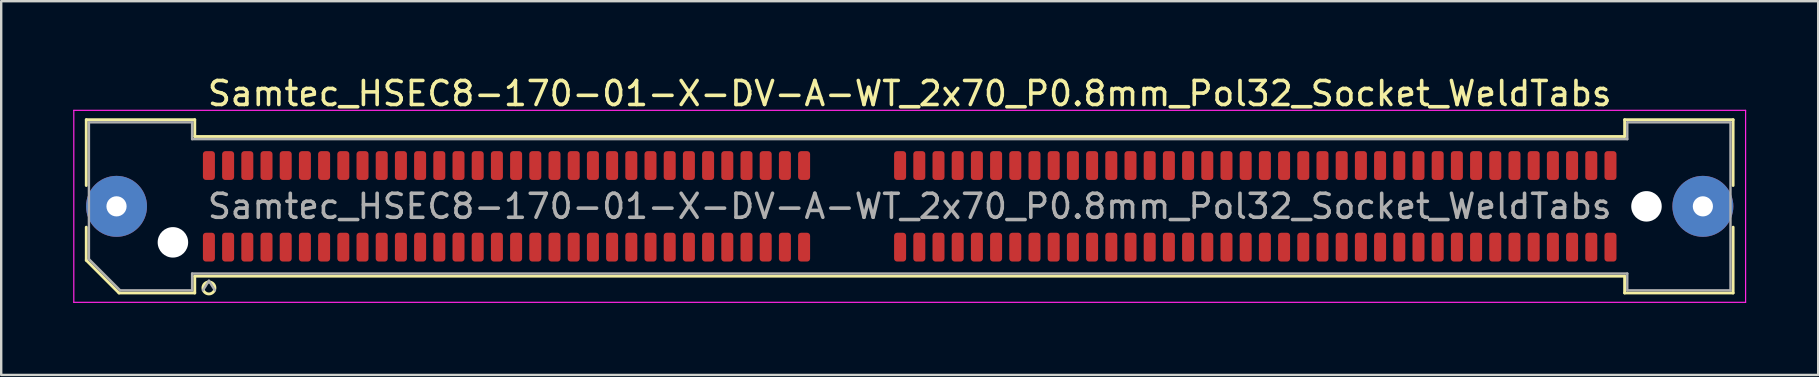
<source format=kicad_pcb>
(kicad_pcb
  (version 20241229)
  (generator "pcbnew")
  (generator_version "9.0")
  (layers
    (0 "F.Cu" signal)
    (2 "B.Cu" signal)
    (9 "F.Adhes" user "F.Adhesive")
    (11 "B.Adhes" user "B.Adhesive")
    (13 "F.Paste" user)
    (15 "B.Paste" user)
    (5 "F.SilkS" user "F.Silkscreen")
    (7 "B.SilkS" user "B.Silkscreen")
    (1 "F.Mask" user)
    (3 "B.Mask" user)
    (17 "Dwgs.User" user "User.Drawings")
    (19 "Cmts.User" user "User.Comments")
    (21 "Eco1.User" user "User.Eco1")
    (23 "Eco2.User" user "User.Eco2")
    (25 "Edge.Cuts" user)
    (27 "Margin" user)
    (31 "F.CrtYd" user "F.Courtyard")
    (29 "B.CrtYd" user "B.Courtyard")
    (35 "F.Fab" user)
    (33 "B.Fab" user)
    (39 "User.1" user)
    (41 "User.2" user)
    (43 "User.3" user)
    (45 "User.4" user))
  (footprint "Samtec_HSEC8-170-01-X-DV-A-WT_2x70_P0.8mm_Pol32_Socket_WeldTabs"
    (layer "F.Cu")
    (at 34.855 5.548)
    (property "Reference" "Samtec_HSEC8-170-01-X-DV-A-WT_2x70_P0.8mm_Pol32_Socket_WeldTabs" (at 0 -4.7 0) (layer "F.SilkS") (effects (font (size 1 1) (thickness 0.15))))
    (attr smd)
    (fp_line (start -34.31 -3.61) (end -29.79 -3.61) (stroke (width 0.12) (type solid)) (layer "F.SilkS"))
    (fp_line (start -34.31 -0.868) (end -34.31 -3.61) (stroke (width 0.12) (type solid)) (layer "F.SilkS"))
    (fp_line (start -34.31 2.246) (end -34.31 0.868) (stroke (width 0.12) (type solid)) (layer "F.SilkS"))
    (fp_line (start -32.946 3.61) (end -34.31 2.246) (stroke (width 0.12) (type solid)) (layer "F.SilkS"))
    (fp_line (start -29.79 -3.61) (end -29.79 -2.91) (stroke (width 0.12) (type solid)) (layer "F.SilkS"))
    (fp_line (start -29.79 -2.91) (end 29.79 -2.91) (stroke (width 0.12) (type solid)) (layer "F.SilkS"))
    (fp_line (start -29.79 2.91) (end -29.79 3.61) (stroke (width 0.12) (type solid)) (layer "F.SilkS"))
    (fp_line (start -29.79 3.61) (end -32.946 3.61) (stroke (width 0.12) (type solid)) (layer "F.SilkS"))
    (fp_line (start 29.79 -3.61) (end 34.31 -3.61) (stroke (width 0.12) (type solid)) (layer "F.SilkS"))
    (fp_line (start 29.79 -2.91) (end 29.79 -3.61) (stroke (width 0.12) (type solid)) (layer "F.SilkS"))
    (fp_line (start 29.79 2.91) (end -29.79 2.91) (stroke (width 0.12) (type solid)) (layer "F.SilkS"))
    (fp_line (start 29.79 3.61) (end 29.79 2.91) (stroke (width 0.12) (type solid)) (layer "F.SilkS"))
    (fp_line (start 34.31 -3.61) (end 34.31 -0.868) (stroke (width 0.12) (type solid)) (layer "F.SilkS"))
    (fp_line (start 34.31 0.868) (end 34.31 3.61) (stroke (width 0.12) (type solid)) (layer "F.SilkS"))
    (fp_line (start 34.31 3.61) (end 29.79 3.61) (stroke (width 0.12) (type solid)) (layer "F.SilkS"))
    (fp_arc (start -28.95 3.4) (mid -29.45 3.4) (end -28.95 3.4) (stroke (width 0.12) (type solid)) (layer "F.SilkS"))
    (fp_line (start -34.83 -4) (end -34.83 4) (stroke (width 0.05) (type solid)) (layer "F.CrtYd"))
    (fp_line (start -34.83 4) (end 34.83 4) (stroke (width 0.05) (type solid)) (layer "F.CrtYd"))
    (fp_line (start 34.83 -4) (end -34.83 -4) (stroke (width 0.05) (type solid)) (layer "F.CrtYd"))
    (fp_line (start 34.83 4) (end 34.83 -4) (stroke (width 0.05) (type solid)) (layer "F.CrtYd"))
    (fp_line (start -34.2 -3.5) (end -29.9 -3.5) (stroke (width 0.1) (type solid)) (layer "F.Fab"))
    (fp_line (start -34.2 2.2) (end -34.2 -3.5) (stroke (width 0.1) (type solid)) (layer "F.Fab"))
    (fp_line (start -32.9 3.5) (end -34.2 2.2) (stroke (width 0.1) (type solid)) (layer "F.Fab"))
    (fp_line (start -29.9 -3.5) (end -29.9 -2.8) (stroke (width 0.1) (type solid)) (layer "F.Fab"))
    (fp_line (start -29.9 -2.8) (end 29.9 -2.8) (stroke (width 0.1) (type solid)) (layer "F.Fab"))
    (fp_line (start -29.9 2.8) (end -29.9 3.5) (stroke (width 0.1) (type solid)) (layer "F.Fab"))
    (fp_line (start -29.9 3.5) (end -32.9 3.5) (stroke (width 0.1) (type solid)) (layer "F.Fab"))
    (fp_line (start -29.2 3.1) (end -29.45 3.5) (stroke (width 0.1) (type solid)) (layer "F.Fab"))
    (fp_line (start -29.2 3.1) (end -28.95 3.5) (stroke (width 0.1) (type solid)) (layer "F.Fab"))
    (fp_line (start 29.9 -3.5) (end 34.2 -3.5) (stroke (width 0.1) (type solid)) (layer "F.Fab"))
    (fp_line (start 29.9 -2.8) (end 29.9 -3.5) (stroke (width 0.1) (type solid)) (layer "F.Fab"))
    (fp_line (start 29.9 2.8) (end -29.9 2.8) (stroke (width 0.1) (type solid)) (layer "F.Fab"))
    (fp_line (start 29.9 3.5) (end 29.9 2.8) (stroke (width 0.1) (type solid)) (layer "F.Fab"))
    (fp_line (start 34.2 -3.5) (end 34.2 3.5) (stroke (width 0.1) (type solid)) (layer "F.Fab"))
    (fp_line (start 34.2 3.5) (end 29.9 3.5) (stroke (width 0.1) (type solid)) (layer "F.Fab"))
    (fp_text user "${REFERENCE}" (at 0 0 0) (layer "F.Fab") (effects (font (size 1 1) (thickness 0.15))))
    (pad "" thru_hole circle (at -33.05 0) (size 2.54 2.54) (drill 0.84) (layers "*.Cu" "*.Mask" "F.Paste"))
    (pad "" np_thru_hole circle (at -30.7 1.5) (size 1.27 1.27) (drill 1.27) (layers "*.Cu" "*.Mask"))
    (pad "" np_thru_hole circle (at 30.7 0) (size 1.27 1.27) (drill 1.27) (layers "*.Cu" "*.Mask"))
    (pad "" thru_hole circle (at 33.05 0) (size 2.54 2.54) (drill 0.84) (layers "*.Cu" "*.Mask" "F.Paste"))
    (pad "1" smd roundrect (at -29.2 1.7) (size 0.5 1.2) (layers "F.Cu" "F.Mask" "F.Paste") (roundrect_rratio 0.25))
    (pad "2" smd roundrect (at -29.2 -1.7) (size 0.5 1.2) (layers "F.Cu" "F.Mask" "F.Paste") (roundrect_rratio 0.25))
    (pad "3" smd roundrect (at -28.4 1.7) (size 0.5 1.2) (layers "F.Cu" "F.Mask" "F.Paste") (roundrect_rratio 0.25))
    (pad "4" smd roundrect (at -28.4 -1.7) (size 0.5 1.2) (layers "F.Cu" "F.Mask" "F.Paste") (roundrect_rratio 0.25))
    (pad "5" smd roundrect (at -27.6 1.7) (size 0.5 1.2) (layers "F.Cu" "F.Mask" "F.Paste") (roundrect_rratio 0.25))
    (pad "6" smd roundrect (at -27.6 -1.7) (size 0.5 1.2) (layers "F.Cu" "F.Mask" "F.Paste") (roundrect_rratio 0.25))
    (pad "7" smd roundrect (at -26.8 1.7) (size 0.5 1.2) (layers "F.Cu" "F.Mask" "F.Paste") (roundrect_rratio 0.25))
    (pad "8" smd roundrect (at -26.8 -1.7) (size 0.5 1.2) (layers "F.Cu" "F.Mask" "F.Paste") (roundrect_rratio 0.25))
    (pad "9" smd roundrect (at -26 1.7) (size 0.5 1.2) (layers "F.Cu" "F.Mask" "F.Paste") (roundrect_rratio 0.25))
    (pad "10" smd roundrect (at -26 -1.7) (size 0.5 1.2) (layers "F.Cu" "F.Mask" "F.Paste") (roundrect_rratio 0.25))
    (pad "11" smd roundrect (at -25.2 1.7) (size 0.5 1.2) (layers "F.Cu" "F.Mask" "F.Paste") (roundrect_rratio 0.25))
    (pad "12" smd roundrect (at -25.2 -1.7) (size 0.5 1.2) (layers "F.Cu" "F.Mask" "F.Paste") (roundrect_rratio 0.25))
    (pad "13" smd roundrect (at -24.4 1.7) (size 0.5 1.2) (layers "F.Cu" "F.Mask" "F.Paste") (roundrect_rratio 0.25))
    (pad "14" smd roundrect (at -24.4 -1.7) (size 0.5 1.2) (layers "F.Cu" "F.Mask" "F.Paste") (roundrect_rratio 0.25))
    (pad "15" smd roundrect (at -23.6 1.7) (size 0.5 1.2) (layers "F.Cu" "F.Mask" "F.Paste") (roundrect_rratio 0.25))
    (pad "16" smd roundrect (at -23.6 -1.7) (size 0.5 1.2) (layers "F.Cu" "F.Mask" "F.Paste") (roundrect_rratio 0.25))
    (pad "17" smd roundrect (at -22.8 1.7) (size 0.5 1.2) (layers "F.Cu" "F.Mask" "F.Paste") (roundrect_rratio 0.25))
    (pad "18" smd roundrect (at -22.8 -1.7) (size 0.5 1.2) (layers "F.Cu" "F.Mask" "F.Paste") (roundrect_rratio 0.25))
    (pad "19" smd roundrect (at -22 1.7) (size 0.5 1.2) (layers "F.Cu" "F.Mask" "F.Paste") (roundrect_rratio 0.25))
    (pad "20" smd roundrect (at -22 -1.7) (size 0.5 1.2) (layers "F.Cu" "F.Mask" "F.Paste") (roundrect_rratio 0.25))
    (pad "21" smd roundrect (at -21.2 1.7) (size 0.5 1.2) (layers "F.Cu" "F.Mask" "F.Paste") (roundrect_rratio 0.25))
    (pad "22" smd roundrect (at -21.2 -1.7) (size 0.5 1.2) (layers "F.Cu" "F.Mask" "F.Paste") (roundrect_rratio 0.25))
    (pad "23" smd roundrect (at -20.4 1.7) (size 0.5 1.2) (layers "F.Cu" "F.Mask" "F.Paste") (roundrect_rratio 0.25))
    (pad "24" smd roundrect (at -20.4 -1.7) (size 0.5 1.2) (layers "F.Cu" "F.Mask" "F.Paste") (roundrect_rratio 0.25))
    (pad "25" smd roundrect (at -19.6 1.7) (size 0.5 1.2) (layers "F.Cu" "F.Mask" "F.Paste") (roundrect_rratio 0.25))
    (pad "26" smd roundrect (at -19.6 -1.7) (size 0.5 1.2) (layers "F.Cu" "F.Mask" "F.Paste") (roundrect_rratio 0.25))
    (pad "27" smd roundrect (at -18.8 1.7) (size 0.5 1.2) (layers "F.Cu" "F.Mask" "F.Paste") (roundrect_rratio 0.25))
    (pad "28" smd roundrect (at -18.8 -1.7) (size 0.5 1.2) (layers "F.Cu" "F.Mask" "F.Paste") (roundrect_rratio 0.25))
    (pad "29" smd roundrect (at -18 1.7) (size 0.5 1.2) (layers "F.Cu" "F.Mask" "F.Paste") (roundrect_rratio 0.25))
    (pad "30" smd roundrect (at -18 -1.7) (size 0.5 1.2) (layers "F.Cu" "F.Mask" "F.Paste") (roundrect_rratio 0.25))
    (pad "31" smd roundrect (at -17.2 1.7) (size 0.5 1.2) (layers "F.Cu" "F.Mask" "F.Paste") (roundrect_rratio 0.25))
    (pad "32" smd roundrect (at -17.2 -1.7) (size 0.5 1.2) (layers "F.Cu" "F.Mask" "F.Paste") (roundrect_rratio 0.25))
    (pad "33" smd roundrect (at -16.4 1.7) (size 0.5 1.2) (layers "F.Cu" "F.Mask" "F.Paste") (roundrect_rratio 0.25))
    (pad "34" smd roundrect (at -16.4 -1.7) (size 0.5 1.2) (layers "F.Cu" "F.Mask" "F.Paste") (roundrect_rratio 0.25))
    (pad "35" smd roundrect (at -15.6 1.7) (size 0.5 1.2) (layers "F.Cu" "F.Mask" "F.Paste") (roundrect_rratio 0.25))
    (pad "36" smd roundrect (at -15.6 -1.7) (size 0.5 1.2) (layers "F.Cu" "F.Mask" "F.Paste") (roundrect_rratio 0.25))
    (pad "37" smd roundrect (at -14.8 1.7) (size 0.5 1.2) (layers "F.Cu" "F.Mask" "F.Paste") (roundrect_rratio 0.25))
    (pad "38" smd roundrect (at -14.8 -1.7) (size 0.5 1.2) (layers "F.Cu" "F.Mask" "F.Paste") (roundrect_rratio 0.25))
    (pad "39" smd roundrect (at -14 1.7) (size 0.5 1.2) (layers "F.Cu" "F.Mask" "F.Paste") (roundrect_rratio 0.25))
    (pad "40" smd roundrect (at -14 -1.7) (size 0.5 1.2) (layers "F.Cu" "F.Mask" "F.Paste") (roundrect_rratio 0.25))
    (pad "41" smd roundrect (at -13.2 1.7) (size 0.5 1.2) (layers "F.Cu" "F.Mask" "F.Paste") (roundrect_rratio 0.25))
    (pad "42" smd roundrect (at -13.2 -1.7) (size 0.5 1.2) (layers "F.Cu" "F.Mask" "F.Paste") (roundrect_rratio 0.25))
    (pad "43" smd roundrect (at -12.4 1.7) (size 0.5 1.2) (layers "F.Cu" "F.Mask" "F.Paste") (roundrect_rratio 0.25))
    (pad "44" smd roundrect (at -12.4 -1.7) (size 0.5 1.2) (layers "F.Cu" "F.Mask" "F.Paste") (roundrect_rratio 0.25))
    (pad "45" smd roundrect (at -11.6 1.7) (size 0.5 1.2) (layers "F.Cu" "F.Mask" "F.Paste") (roundrect_rratio 0.25))
    (pad "46" smd roundrect (at -11.6 -1.7) (size 0.5 1.2) (layers "F.Cu" "F.Mask" "F.Paste") (roundrect_rratio 0.25))
    (pad "47" smd roundrect (at -10.8 1.7) (size 0.5 1.2) (layers "F.Cu" "F.Mask" "F.Paste") (roundrect_rratio 0.25))
    (pad "48" smd roundrect (at -10.8 -1.7) (size 0.5 1.2) (layers "F.Cu" "F.Mask" "F.Paste") (roundrect_rratio 0.25))
    (pad "49" smd roundrect (at -10 1.7) (size 0.5 1.2) (layers "F.Cu" "F.Mask" "F.Paste") (roundrect_rratio 0.25))
    (pad "50" smd roundrect (at -10 -1.7) (size 0.5 1.2) (layers "F.Cu" "F.Mask" "F.Paste") (roundrect_rratio 0.25))
    (pad "51" smd roundrect (at -9.2 1.7) (size 0.5 1.2) (layers "F.Cu" "F.Mask" "F.Paste") (roundrect_rratio 0.25))
    (pad "52" smd roundrect (at -9.2 -1.7) (size 0.5 1.2) (layers "F.Cu" "F.Mask" "F.Paste") (roundrect_rratio 0.25))
    (pad "53" smd roundrect (at -8.4 1.7) (size 0.5 1.2) (layers "F.Cu" "F.Mask" "F.Paste") (roundrect_rratio 0.25))
    (pad "54" smd roundrect (at -8.4 -1.7) (size 0.5 1.2) (layers "F.Cu" "F.Mask" "F.Paste") (roundrect_rratio 0.25))
    (pad "55" smd roundrect (at -7.6 1.7) (size 0.5 1.2) (layers "F.Cu" "F.Mask" "F.Paste") (roundrect_rratio 0.25))
    (pad "56" smd roundrect (at -7.6 -1.7) (size 0.5 1.2) (layers "F.Cu" "F.Mask" "F.Paste") (roundrect_rratio 0.25))
    (pad "57" smd roundrect (at -6.8 1.7) (size 0.5 1.2) (layers "F.Cu" "F.Mask" "F.Paste") (roundrect_rratio 0.25))
    (pad "58" smd roundrect (at -6.8 -1.7) (size 0.5 1.2) (layers "F.Cu" "F.Mask" "F.Paste") (roundrect_rratio 0.25))
    (pad "59" smd roundrect (at -6 1.7) (size 0.5 1.2) (layers "F.Cu" "F.Mask" "F.Paste") (roundrect_rratio 0.25))
    (pad "60" smd roundrect (at -6 -1.7) (size 0.5 1.2) (layers "F.Cu" "F.Mask" "F.Paste") (roundrect_rratio 0.25))
    (pad "61" smd roundrect (at -5.2 1.7) (size 0.5 1.2) (layers "F.Cu" "F.Mask" "F.Paste") (roundrect_rratio 0.25))
    (pad "62" smd roundrect (at -5.2 -1.7) (size 0.5 1.2) (layers "F.Cu" "F.Mask" "F.Paste") (roundrect_rratio 0.25))
    (pad "63" smd roundrect (at -4.4 1.7) (size 0.5 1.2) (layers "F.Cu" "F.Mask" "F.Paste") (roundrect_rratio 0.25))
    (pad "64" smd roundrect (at -4.4 -1.7) (size 0.5 1.2) (layers "F.Cu" "F.Mask" "F.Paste") (roundrect_rratio 0.25))
    (pad "65" smd roundrect (at -0.4 1.7) (size 0.5 1.2) (layers "F.Cu" "F.Mask" "F.Paste") (roundrect_rratio 0.25))
    (pad "66" smd roundrect (at -0.4 -1.7) (size 0.5 1.2) (layers "F.Cu" "F.Mask" "F.Paste") (roundrect_rratio 0.25))
    (pad "67" smd roundrect (at 0.4 1.7) (size 0.5 1.2) (layers "F.Cu" "F.Mask" "F.Paste") (roundrect_rratio 0.25))
    (pad "68" smd roundrect (at 0.4 -1.7) (size 0.5 1.2) (layers "F.Cu" "F.Mask" "F.Paste") (roundrect_rratio 0.25))
    (pad "69" smd roundrect (at 1.2 1.7) (size 0.5 1.2) (layers "F.Cu" "F.Mask" "F.Paste") (roundrect_rratio 0.25))
    (pad "70" smd roundrect (at 1.2 -1.7) (size 0.5 1.2) (layers "F.Cu" "F.Mask" "F.Paste") (roundrect_rratio 0.25))
    (pad "71" smd roundrect (at 2 1.7) (size 0.5 1.2) (layers "F.Cu" "F.Mask" "F.Paste") (roundrect_rratio 0.25))
    (pad "72" smd roundrect (at 2 -1.7) (size 0.5 1.2) (layers "F.Cu" "F.Mask" "F.Paste") (roundrect_rratio 0.25))
    (pad "73" smd roundrect (at 2.8 1.7) (size 0.5 1.2) (layers "F.Cu" "F.Mask" "F.Paste") (roundrect_rratio 0.25))
    (pad "74" smd roundrect (at 2.8 -1.7) (size 0.5 1.2) (layers "F.Cu" "F.Mask" "F.Paste") (roundrect_rratio 0.25))
    (pad "75" smd roundrect (at 3.6 1.7) (size 0.5 1.2) (layers "F.Cu" "F.Mask" "F.Paste") (roundrect_rratio 0.25))
    (pad "76" smd roundrect (at 3.6 -1.7) (size 0.5 1.2) (layers "F.Cu" "F.Mask" "F.Paste") (roundrect_rratio 0.25))
    (pad "77" smd roundrect (at 4.4 1.7) (size 0.5 1.2) (layers "F.Cu" "F.Mask" "F.Paste") (roundrect_rratio 0.25))
    (pad "78" smd roundrect (at 4.4 -1.7) (size 0.5 1.2) (layers "F.Cu" "F.Mask" "F.Paste") (roundrect_rratio 0.25))
    (pad "79" smd roundrect (at 5.2 1.7) (size 0.5 1.2) (layers "F.Cu" "F.Mask" "F.Paste") (roundrect_rratio 0.25))
    (pad "80" smd roundrect (at 5.2 -1.7) (size 0.5 1.2) (layers "F.Cu" "F.Mask" "F.Paste") (roundrect_rratio 0.25))
    (pad "81" smd roundrect (at 6 1.7) (size 0.5 1.2) (layers "F.Cu" "F.Mask" "F.Paste") (roundrect_rratio 0.25))
    (pad "82" smd roundrect (at 6 -1.7) (size 0.5 1.2) (layers "F.Cu" "F.Mask" "F.Paste") (roundrect_rratio 0.25))
    (pad "83" smd roundrect (at 6.8 1.7) (size 0.5 1.2) (layers "F.Cu" "F.Mask" "F.Paste") (roundrect_rratio 0.25))
    (pad "84" smd roundrect (at 6.8 -1.7) (size 0.5 1.2) (layers "F.Cu" "F.Mask" "F.Paste") (roundrect_rratio 0.25))
    (pad "85" smd roundrect (at 7.6 1.7) (size 0.5 1.2) (layers "F.Cu" "F.Mask" "F.Paste") (roundrect_rratio 0.25))
    (pad "86" smd roundrect (at 7.6 -1.7) (size 0.5 1.2) (layers "F.Cu" "F.Mask" "F.Paste") (roundrect_rratio 0.25))
    (pad "87" smd roundrect (at 8.4 1.7) (size 0.5 1.2) (layers "F.Cu" "F.Mask" "F.Paste") (roundrect_rratio 0.25))
    (pad "88" smd roundrect (at 8.4 -1.7) (size 0.5 1.2) (layers "F.Cu" "F.Mask" "F.Paste") (roundrect_rratio 0.25))
    (pad "89" smd roundrect (at 9.2 1.7) (size 0.5 1.2) (layers "F.Cu" "F.Mask" "F.Paste") (roundrect_rratio 0.25))
    (pad "90" smd roundrect (at 9.2 -1.7) (size 0.5 1.2) (layers "F.Cu" "F.Mask" "F.Paste") (roundrect_rratio 0.25))
    (pad "91" smd roundrect (at 10 1.7) (size 0.5 1.2) (layers "F.Cu" "F.Mask" "F.Paste") (roundrect_rratio 0.25))
    (pad "92" smd roundrect (at 10 -1.7) (size 0.5 1.2) (layers "F.Cu" "F.Mask" "F.Paste") (roundrect_rratio 0.25))
    (pad "93" smd roundrect (at 10.8 1.7) (size 0.5 1.2) (layers "F.Cu" "F.Mask" "F.Paste") (roundrect_rratio 0.25))
    (pad "94" smd roundrect (at 10.8 -1.7) (size 0.5 1.2) (layers "F.Cu" "F.Mask" "F.Paste") (roundrect_rratio 0.25))
    (pad "95" smd roundrect (at 11.6 1.7) (size 0.5 1.2) (layers "F.Cu" "F.Mask" "F.Paste") (roundrect_rratio 0.25))
    (pad "96" smd roundrect (at 11.6 -1.7) (size 0.5 1.2) (layers "F.Cu" "F.Mask" "F.Paste") (roundrect_rratio 0.25))
    (pad "97" smd roundrect (at 12.4 1.7) (size 0.5 1.2) (layers "F.Cu" "F.Mask" "F.Paste") (roundrect_rratio 0.25))
    (pad "98" smd roundrect (at 12.4 -1.7) (size 0.5 1.2) (layers "F.Cu" "F.Mask" "F.Paste") (roundrect_rratio 0.25))
    (pad "99" smd roundrect (at 13.2 1.7) (size 0.5 1.2) (layers "F.Cu" "F.Mask" "F.Paste") (roundrect_rratio 0.25))
    (pad "100" smd roundrect (at 13.2 -1.7) (size 0.5 1.2) (layers "F.Cu" "F.Mask" "F.Paste") (roundrect_rratio 0.25))
    (pad "101" smd roundrect (at 14 1.7) (size 0.5 1.2) (layers "F.Cu" "F.Mask" "F.Paste") (roundrect_rratio 0.25))
    (pad "102" smd roundrect (at 14 -1.7) (size 0.5 1.2) (layers "F.Cu" "F.Mask" "F.Paste") (roundrect_rratio 0.25))
    (pad "103" smd roundrect (at 14.8 1.7) (size 0.5 1.2) (layers "F.Cu" "F.Mask" "F.Paste") (roundrect_rratio 0.25))
    (pad "104" smd roundrect (at 14.8 -1.7) (size 0.5 1.2) (layers "F.Cu" "F.Mask" "F.Paste") (roundrect_rratio 0.25))
    (pad "105" smd roundrect (at 15.6 1.7) (size 0.5 1.2) (layers "F.Cu" "F.Mask" "F.Paste") (roundrect_rratio 0.25))
    (pad "106" smd roundrect (at 15.6 -1.7) (size 0.5 1.2) (layers "F.Cu" "F.Mask" "F.Paste") (roundrect_rratio 0.25))
    (pad "107" smd roundrect (at 16.4 1.7) (size 0.5 1.2) (layers "F.Cu" "F.Mask" "F.Paste") (roundrect_rratio 0.25))
    (pad "108" smd roundrect (at 16.4 -1.7) (size 0.5 1.2) (layers "F.Cu" "F.Mask" "F.Paste") (roundrect_rratio 0.25))
    (pad "109" smd roundrect (at 17.2 1.7) (size 0.5 1.2) (layers "F.Cu" "F.Mask" "F.Paste") (roundrect_rratio 0.25))
    (pad "110" smd roundrect (at 17.2 -1.7) (size 0.5 1.2) (layers "F.Cu" "F.Mask" "F.Paste") (roundrect_rratio 0.25))
    (pad "111" smd roundrect (at 18 1.7) (size 0.5 1.2) (layers "F.Cu" "F.Mask" "F.Paste") (roundrect_rratio 0.25))
    (pad "112" smd roundrect (at 18 -1.7) (size 0.5 1.2) (layers "F.Cu" "F.Mask" "F.Paste") (roundrect_rratio 0.25))
    (pad "113" smd roundrect (at 18.8 1.7) (size 0.5 1.2) (layers "F.Cu" "F.Mask" "F.Paste") (roundrect_rratio 0.25))
    (pad "114" smd roundrect (at 18.8 -1.7) (size 0.5 1.2) (layers "F.Cu" "F.Mask" "F.Paste") (roundrect_rratio 0.25))
    (pad "115" smd roundrect (at 19.6 1.7) (size 0.5 1.2) (layers "F.Cu" "F.Mask" "F.Paste") (roundrect_rratio 0.25))
    (pad "116" smd roundrect (at 19.6 -1.7) (size 0.5 1.2) (layers "F.Cu" "F.Mask" "F.Paste") (roundrect_rratio 0.25))
    (pad "117" smd roundrect (at 20.4 1.7) (size 0.5 1.2) (layers "F.Cu" "F.Mask" "F.Paste") (roundrect_rratio 0.25))
    (pad "118" smd roundrect (at 20.4 -1.7) (size 0.5 1.2) (layers "F.Cu" "F.Mask" "F.Paste") (roundrect_rratio 0.25))
    (pad "119" smd roundrect (at 21.2 1.7) (size 0.5 1.2) (layers "F.Cu" "F.Mask" "F.Paste") (roundrect_rratio 0.25))
    (pad "120" smd roundrect (at 21.2 -1.7) (size 0.5 1.2) (layers "F.Cu" "F.Mask" "F.Paste") (roundrect_rratio 0.25))
    (pad "121" smd roundrect (at 22 1.7) (size 0.5 1.2) (layers "F.Cu" "F.Mask" "F.Paste") (roundrect_rratio 0.25))
    (pad "122" smd roundrect (at 22 -1.7) (size 0.5 1.2) (layers "F.Cu" "F.Mask" "F.Paste") (roundrect_rratio 0.25))
    (pad "123" smd roundrect (at 22.8 1.7) (size 0.5 1.2) (layers "F.Cu" "F.Mask" "F.Paste") (roundrect_rratio 0.25))
    (pad "124" smd roundrect (at 22.8 -1.7) (size 0.5 1.2) (layers "F.Cu" "F.Mask" "F.Paste") (roundrect_rratio 0.25))
    (pad "125" smd roundrect (at 23.6 1.7) (size 0.5 1.2) (layers "F.Cu" "F.Mask" "F.Paste") (roundrect_rratio 0.25))
    (pad "126" smd roundrect (at 23.6 -1.7) (size 0.5 1.2) (layers "F.Cu" "F.Mask" "F.Paste") (roundrect_rratio 0.25))
    (pad "127" smd roundrect (at 24.4 1.7) (size 0.5 1.2) (layers "F.Cu" "F.Mask" "F.Paste") (roundrect_rratio 0.25))
    (pad "128" smd roundrect (at 24.4 -1.7) (size 0.5 1.2) (layers "F.Cu" "F.Mask" "F.Paste") (roundrect_rratio 0.25))
    (pad "129" smd roundrect (at 25.2 1.7) (size 0.5 1.2) (layers "F.Cu" "F.Mask" "F.Paste") (roundrect_rratio 0.25))
    (pad "130" smd roundrect (at 25.2 -1.7) (size 0.5 1.2) (layers "F.Cu" "F.Mask" "F.Paste") (roundrect_rratio 0.25))
    (pad "131" smd roundrect (at 26 1.7) (size 0.5 1.2) (layers "F.Cu" "F.Mask" "F.Paste") (roundrect_rratio 0.25))
    (pad "132" smd roundrect (at 26 -1.7) (size 0.5 1.2) (layers "F.Cu" "F.Mask" "F.Paste") (roundrect_rratio 0.25))
    (pad "133" smd roundrect (at 26.8 1.7) (size 0.5 1.2) (layers "F.Cu" "F.Mask" "F.Paste") (roundrect_rratio 0.25))
    (pad "134" smd roundrect (at 26.8 -1.7) (size 0.5 1.2) (layers "F.Cu" "F.Mask" "F.Paste") (roundrect_rratio 0.25))
    (pad "135" smd roundrect (at 27.6 1.7) (size 0.5 1.2) (layers "F.Cu" "F.Mask" "F.Paste") (roundrect_rratio 0.25))
    (pad "136" smd roundrect (at 27.6 -1.7) (size 0.5 1.2) (layers "F.Cu" "F.Mask" "F.Paste") (roundrect_rratio 0.25))
    (pad "137" smd roundrect (at 28.4 1.7) (size 0.5 1.2) (layers "F.Cu" "F.Mask" "F.Paste") (roundrect_rratio 0.25))
    (pad "138" smd roundrect (at 28.4 -1.7) (size 0.5 1.2) (layers "F.Cu" "F.Mask" "F.Paste") (roundrect_rratio 0.25))
    (pad "139" smd roundrect (at 29.2 1.7) (size 0.5 1.2) (layers "F.Cu" "F.Mask" "F.Paste") (roundrect_rratio 0.25))
    (pad "140" smd roundrect (at 29.2 -1.7) (size 0.5 1.2) (layers "F.Cu" "F.Mask" "F.Paste") (roundrect_rratio 0.25)))
  (gr_rect
    (start -3 -3)
    (end 72.71 12.573)
    (stroke (width 0.1) (type default))
    (fill no)
    (layer "Edge.Cuts")))
</source>
